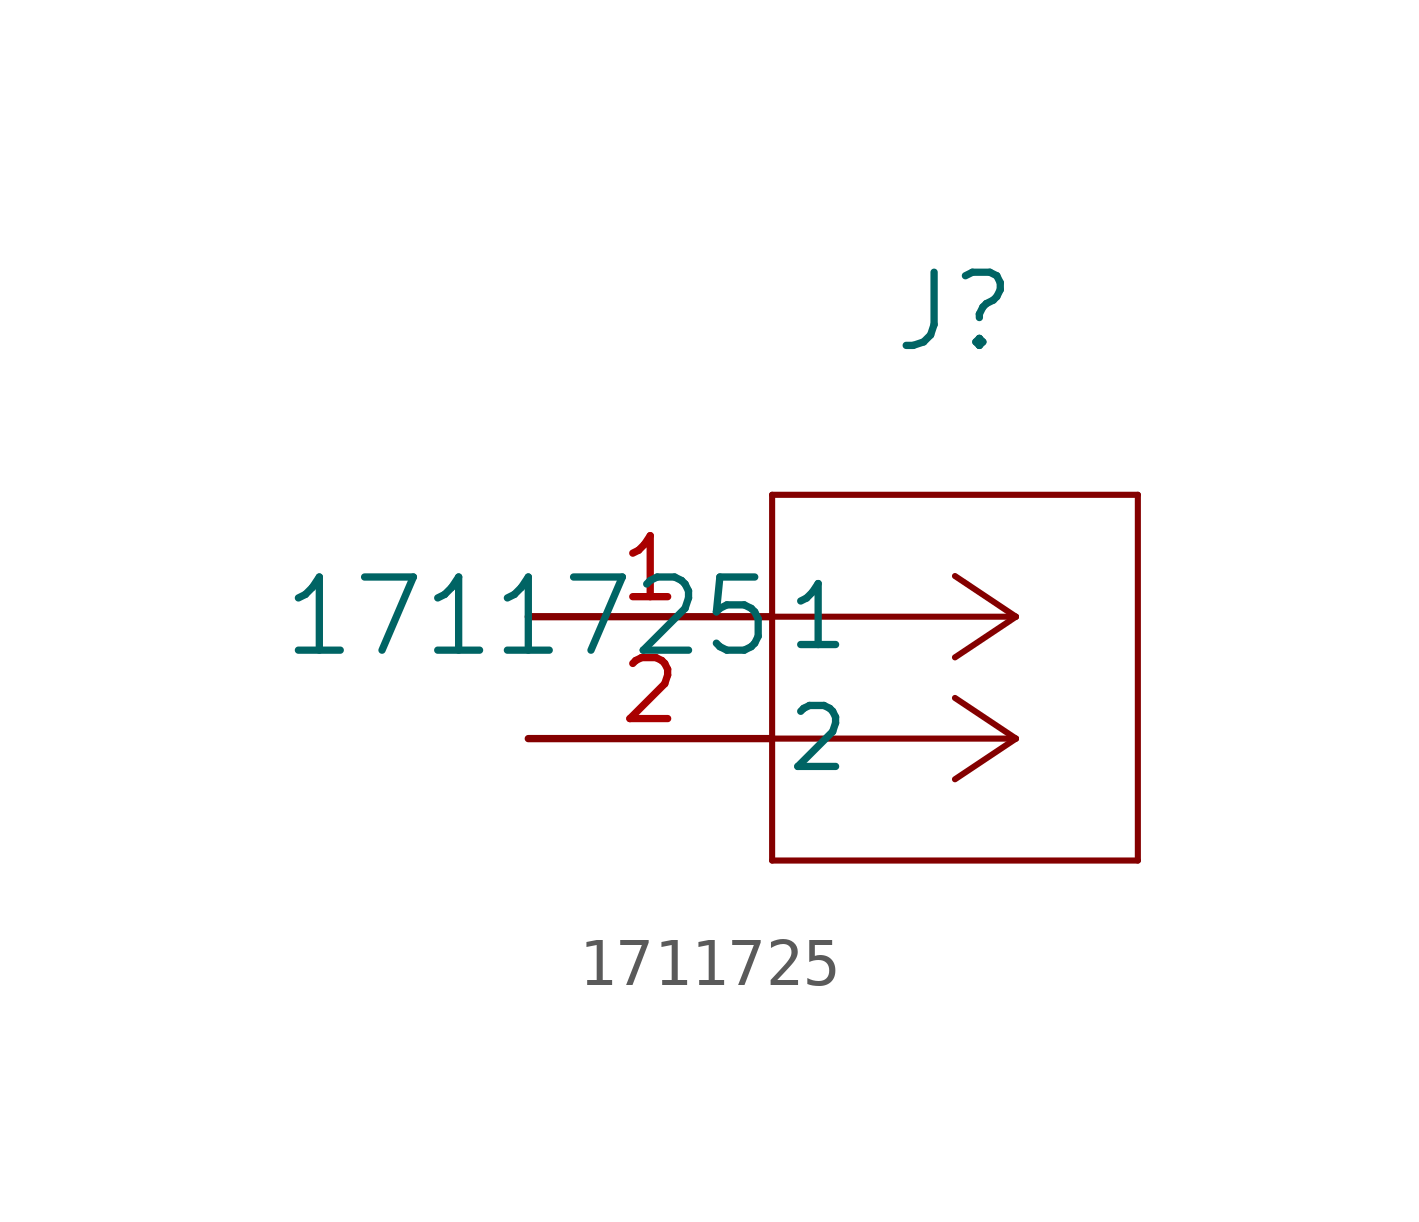
<source format=kicad_sym>
(kicad_symbol_lib
  (version 20211014)
  (generator kicad_symbol_editor)
  (symbol "1711725"
    (pin_names
      (offset 0.254))
    (property "Reference" "J"
      (at 8.89 6.35 0)
      (effects (font (size 1.524 1.524))))
    (property "Value" "1711725"
      (at 0 0 0)
      (effects (font (size 1.524 1.524))))
    (symbol "1711725_0_1"
      (polyline (pts (xy 10.16 0) (xy 5.08 0)) (stroke (width 0.127) (type default) (color 0 0 0 0)) (fill (type none)))
      (polyline (pts (xy 10.16 -2.54) (xy 5.08 -2.54)) (stroke (width 0.127) (type default) (color 0 0 0 0)) (fill (type none)))
      (polyline (pts (xy 10.16 0) (xy 8.89 0.847)) (stroke (width 0.127) (type default) (color 0 0 0 0)) (fill (type none)))
      (polyline (pts (xy 10.16 -2.54) (xy 8.89 -1.693)) (stroke (width 0.127) (type default) (color 0 0 0 0)) (fill (type none)))
      (polyline (pts (xy 10.16 0) (xy 8.89 -0.847)) (stroke (width 0.127) (type default) (color 0 0 0 0)) (fill (type none)))
      (polyline (pts (xy 10.16 -2.54) (xy 8.89 -3.387)) (stroke (width 0.127) (type default) (color 0 0 0 0)) (fill (type none)))
      (polyline (pts (xy 5.08 2.54) (xy 5.08 -5.08)) (stroke (width 0.127) (type default) (color 0 0 0 0)) (fill (type none)))
      (polyline (pts (xy 5.08 -5.08) (xy 12.7 -5.08)) (stroke (width 0.127) (type default) (color 0 0 0 0)) (fill (type none)))
      (polyline (pts (xy 12.7 -5.08) (xy 12.7 2.54)) (stroke (width 0.127) (type default) (color 0 0 0 0)) (fill (type none)))
      (polyline (pts (xy 12.7 2.54) (xy 5.08 2.54)) (stroke (width 0.127) (type default) (color 0 0 0 0)) (fill (type none)))
      (pin unspecified line (at 0 0 0) (length 5.08) (name "1" (effects (font (size 1.27 1.27)))) (number "1" (effects (font (size 1.27 1.27)))))
      (pin unspecified line (at 0 -2.54 0) (length 5.08) (name "2" (effects (font (size 1.27 1.27)))) (number "2" (effects (font (size 1.27 1.27))))))))
</source>
